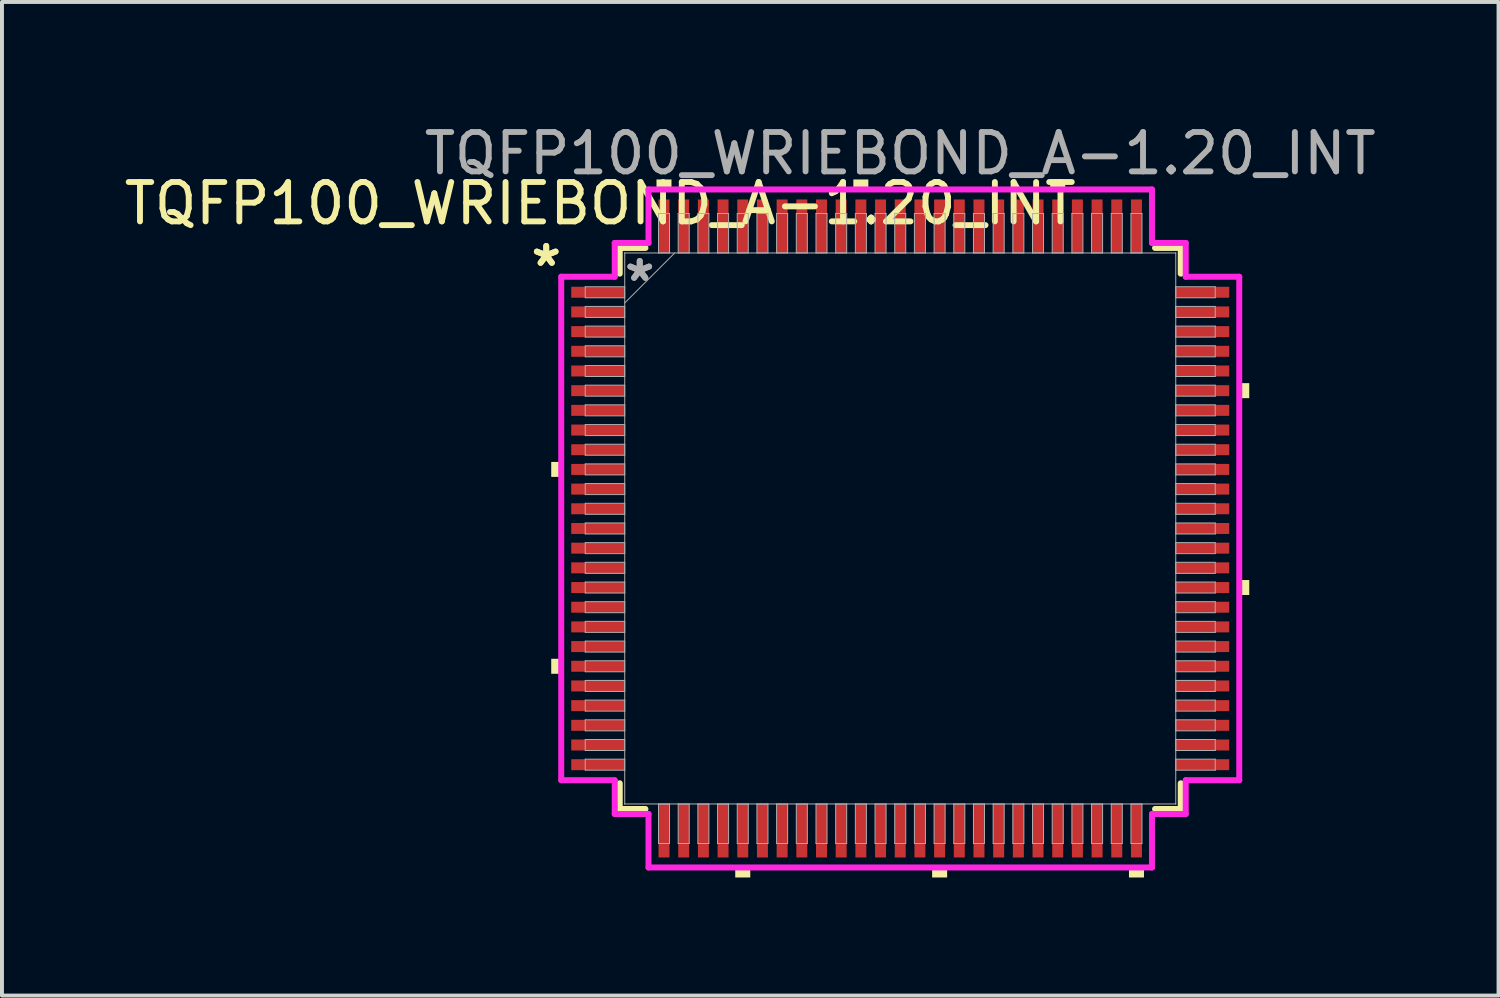
<source format=kicad_pcb>
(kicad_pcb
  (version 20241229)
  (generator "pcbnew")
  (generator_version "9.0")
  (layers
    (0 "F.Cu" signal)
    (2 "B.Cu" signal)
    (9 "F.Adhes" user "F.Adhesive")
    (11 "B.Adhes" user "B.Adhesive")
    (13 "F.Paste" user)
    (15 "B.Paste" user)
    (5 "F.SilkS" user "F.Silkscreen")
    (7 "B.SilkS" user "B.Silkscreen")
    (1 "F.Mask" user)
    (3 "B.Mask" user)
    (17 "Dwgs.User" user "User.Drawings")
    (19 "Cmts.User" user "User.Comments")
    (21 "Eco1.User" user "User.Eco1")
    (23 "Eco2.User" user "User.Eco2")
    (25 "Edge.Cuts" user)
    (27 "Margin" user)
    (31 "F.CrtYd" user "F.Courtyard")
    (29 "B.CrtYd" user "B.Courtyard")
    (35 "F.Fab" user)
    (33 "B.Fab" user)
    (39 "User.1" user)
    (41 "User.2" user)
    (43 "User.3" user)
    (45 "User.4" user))
  (footprint "TQFP100_WRIEBOND_A-1.20_INT"
    (layer "F.Cu")
    (at 19.816 10.373)
    (property "Reference" "TQFP100_WRIEBOND_A-1.20_INT" (at -7.62 -8.255 0) (unlocked yes) (layer "F.SilkS") (effects (font (size 1 1) (thickness 0.15))))
    (attr smd)
    (fp_line (start -7.125 -7.125) (end -7.125 -6.472) (stroke (width 0.152) (type solid)) (layer "F.SilkS"))
    (fp_line (start -7.125 6.472) (end -7.125 7.125) (stroke (width 0.152) (type solid)) (layer "F.SilkS"))
    (fp_line (start -7.125 7.125) (end -6.472 7.125) (stroke (width 0.152) (type solid)) (layer "F.SilkS"))
    (fp_line (start -6.472 -7.125) (end -7.125 -7.125) (stroke (width 0.152) (type solid)) (layer "F.SilkS"))
    (fp_line (start 6.472 7.125) (end 7.125 7.125) (stroke (width 0.152) (type solid)) (layer "F.SilkS"))
    (fp_line (start 7.125 -7.125) (end 6.472 -7.125) (stroke (width 0.152) (type solid)) (layer "F.SilkS"))
    (fp_line (start 7.125 -6.472) (end 7.125 -7.125) (stroke (width 0.152) (type solid)) (layer "F.SilkS"))
    (fp_line (start 7.125 7.125) (end 7.125 6.472) (stroke (width 0.152) (type solid)) (layer "F.SilkS"))
    (fp_poly (pts (xy -8.865 -1.69) (xy -8.865 -1.31) (xy -8.611 -1.31) (xy -8.611 -1.69)) (stroke (width 0) (type solid)) (fill yes) (layer "F.SilkS"))
    (fp_poly (pts (xy -8.865 3.31) (xy -8.865 3.691) (xy -8.611 3.691) (xy -8.611 3.31)) (stroke (width 0) (type solid)) (fill yes) (layer "F.SilkS"))
    (fp_poly (pts (xy -6.191 -8.611) (xy -6.191 -8.865) (xy -5.81 -8.865) (xy -5.81 -8.611)) (stroke (width 0) (type solid)) (fill yes) (layer "F.SilkS"))
    (fp_poly (pts (xy -4.191 8.611) (xy -4.191 8.865) (xy -3.809 8.865) (xy -3.809 8.611)) (stroke (width 0) (type solid)) (fill yes) (layer "F.SilkS"))
    (fp_poly (pts (xy -1.191 -8.611) (xy -1.191 -8.865) (xy -0.81 -8.865) (xy -0.81 -8.611)) (stroke (width 0) (type solid)) (fill yes) (layer "F.SilkS"))
    (fp_poly (pts (xy 0.81 8.611) (xy 0.81 8.865) (xy 1.191 8.865) (xy 1.191 8.611)) (stroke (width 0) (type solid)) (fill yes) (layer "F.SilkS"))
    (fp_poly (pts (xy 3.809 -8.611) (xy 3.809 -8.865) (xy 4.191 -8.865) (xy 4.191 -8.611)) (stroke (width 0) (type solid)) (fill yes) (layer "F.SilkS"))
    (fp_poly (pts (xy 5.81 8.611) (xy 5.81 8.865) (xy 6.191 8.865) (xy 6.191 8.611)) (stroke (width 0) (type solid)) (fill yes) (layer "F.SilkS"))
    (fp_poly (pts (xy 8.865 -3.691) (xy 8.865 -3.31) (xy 8.611 -3.31) (xy 8.611 -3.691)) (stroke (width 0) (type solid)) (fill yes) (layer "F.SilkS"))
    (fp_poly (pts (xy 8.865 1.31) (xy 8.865 1.69) (xy 8.611 1.69) (xy 8.611 1.31)) (stroke (width 0) (type solid)) (fill yes) (layer "F.SilkS"))
    (fp_line (start -8.611 -6.394) (end -7.252 -6.394) (stroke (width 0.152) (type solid)) (layer "F.CrtYd"))
    (fp_line (start -8.611 6.394) (end -8.611 -6.394) (stroke (width 0.152) (type solid)) (layer "F.CrtYd"))
    (fp_line (start -7.252 -7.252) (end -6.394 -7.252) (stroke (width 0.152) (type solid)) (layer "F.CrtYd"))
    (fp_line (start -7.252 -6.394) (end -7.252 -7.252) (stroke (width 0.152) (type solid)) (layer "F.CrtYd"))
    (fp_line (start -7.252 6.394) (end -8.611 6.394) (stroke (width 0.152) (type solid)) (layer "F.CrtYd"))
    (fp_line (start -7.252 7.252) (end -7.252 6.394) (stroke (width 0.152) (type solid)) (layer "F.CrtYd"))
    (fp_line (start -7.252 7.252) (end -6.394 7.252) (stroke (width 0.152) (type solid)) (layer "F.CrtYd"))
    (fp_line (start -6.394 -8.611) (end 6.394 -8.611) (stroke (width 0.152) (type solid)) (layer "F.CrtYd"))
    (fp_line (start -6.394 -7.252) (end -6.394 -8.611) (stroke (width 0.152) (type solid)) (layer "F.CrtYd"))
    (fp_line (start -6.394 7.252) (end -6.394 8.611) (stroke (width 0.152) (type solid)) (layer "F.CrtYd"))
    (fp_line (start -6.394 8.611) (end 6.394 8.611) (stroke (width 0.152) (type solid)) (layer "F.CrtYd"))
    (fp_line (start 6.394 -8.611) (end 6.394 -7.252) (stroke (width 0.152) (type solid)) (layer "F.CrtYd"))
    (fp_line (start 6.394 -7.252) (end 7.252 -7.252) (stroke (width 0.152) (type solid)) (layer "F.CrtYd"))
    (fp_line (start 6.394 7.252) (end 7.252 7.252) (stroke (width 0.152) (type solid)) (layer "F.CrtYd"))
    (fp_line (start 6.394 8.611) (end 6.394 7.252) (stroke (width 0.152) (type solid)) (layer "F.CrtYd"))
    (fp_line (start 7.252 -6.394) (end 7.252 -7.252) (stroke (width 0.152) (type solid)) (layer "F.CrtYd"))
    (fp_line (start 7.252 6.394) (end 8.611 6.394) (stroke (width 0.152) (type solid)) (layer "F.CrtYd"))
    (fp_line (start 7.252 7.252) (end 7.252 6.394) (stroke (width 0.152) (type solid)) (layer "F.CrtYd"))
    (fp_line (start 8.611 -6.394) (end 7.252 -6.394) (stroke (width 0.152) (type solid)) (layer "F.CrtYd"))
    (fp_line (start 8.611 6.394) (end 8.611 -6.394) (stroke (width 0.152) (type solid)) (layer "F.CrtYd"))
    (fp_line (start -8.001 -6.14) (end -8.001 -5.86) (stroke (width 0.025) (type solid)) (layer "F.Fab"))
    (fp_line (start -8.001 -5.86) (end -6.998 -5.86) (stroke (width 0.025) (type solid)) (layer "F.Fab"))
    (fp_line (start -8.001 -5.64) (end -8.001 -5.36) (stroke (width 0.025) (type solid)) (layer "F.Fab"))
    (fp_line (start -8.001 -5.36) (end -6.998 -5.36) (stroke (width 0.025) (type solid)) (layer "F.Fab"))
    (fp_line (start -8.001 -5.14) (end -8.001 -4.86) (stroke (width 0.025) (type solid)) (layer "F.Fab"))
    (fp_line (start -8.001 -4.86) (end -6.998 -4.86) (stroke (width 0.025) (type solid)) (layer "F.Fab"))
    (fp_line (start -8.001 -4.64) (end -8.001 -4.36) (stroke (width 0.025) (type solid)) (layer "F.Fab"))
    (fp_line (start -8.001 -4.36) (end -6.998 -4.36) (stroke (width 0.025) (type solid)) (layer "F.Fab"))
    (fp_line (start -8.001 -4.14) (end -8.001 -3.86) (stroke (width 0.025) (type solid)) (layer "F.Fab"))
    (fp_line (start -8.001 -3.86) (end -6.998 -3.86) (stroke (width 0.025) (type solid)) (layer "F.Fab"))
    (fp_line (start -8.001 -3.64) (end -8.001 -3.36) (stroke (width 0.025) (type solid)) (layer "F.Fab"))
    (fp_line (start -8.001 -3.36) (end -6.998 -3.36) (stroke (width 0.025) (type solid)) (layer "F.Fab"))
    (fp_line (start -8.001 -3.14) (end -8.001 -2.86) (stroke (width 0.025) (type solid)) (layer "F.Fab"))
    (fp_line (start -8.001 -2.86) (end -6.998 -2.86) (stroke (width 0.025) (type solid)) (layer "F.Fab"))
    (fp_line (start -8.001 -2.64) (end -8.001 -2.36) (stroke (width 0.025) (type solid)) (layer "F.Fab"))
    (fp_line (start -8.001 -2.36) (end -6.998 -2.36) (stroke (width 0.025) (type solid)) (layer "F.Fab"))
    (fp_line (start -8.001 -2.14) (end -8.001 -1.86) (stroke (width 0.025) (type solid)) (layer "F.Fab"))
    (fp_line (start -8.001 -1.86) (end -6.998 -1.86) (stroke (width 0.025) (type solid)) (layer "F.Fab"))
    (fp_line (start -8.001 -1.64) (end -8.001 -1.36) (stroke (width 0.025) (type solid)) (layer "F.Fab"))
    (fp_line (start -8.001 -1.36) (end -6.998 -1.36) (stroke (width 0.025) (type solid)) (layer "F.Fab"))
    (fp_line (start -8.001 -1.14) (end -8.001 -0.86) (stroke (width 0.025) (type solid)) (layer "F.Fab"))
    (fp_line (start -8.001 -0.86) (end -6.998 -0.86) (stroke (width 0.025) (type solid)) (layer "F.Fab"))
    (fp_line (start -8.001 -0.64) (end -8.001 -0.36) (stroke (width 0.025) (type solid)) (layer "F.Fab"))
    (fp_line (start -8.001 -0.36) (end -6.998 -0.36) (stroke (width 0.025) (type solid)) (layer "F.Fab"))
    (fp_line (start -8.001 -0.14) (end -8.001 0.14) (stroke (width 0.025) (type solid)) (layer "F.Fab"))
    (fp_line (start -8.001 0.14) (end -6.998 0.14) (stroke (width 0.025) (type solid)) (layer "F.Fab"))
    (fp_line (start -8.001 0.36) (end -8.001 0.64) (stroke (width 0.025) (type solid)) (layer "F.Fab"))
    (fp_line (start -8.001 0.64) (end -6.998 0.64) (stroke (width 0.025) (type solid)) (layer "F.Fab"))
    (fp_line (start -8.001 0.86) (end -8.001 1.14) (stroke (width 0.025) (type solid)) (layer "F.Fab"))
    (fp_line (start -8.001 1.14) (end -6.998 1.14) (stroke (width 0.025) (type solid)) (layer "F.Fab"))
    (fp_line (start -8.001 1.36) (end -8.001 1.64) (stroke (width 0.025) (type solid)) (layer "F.Fab"))
    (fp_line (start -8.001 1.64) (end -6.998 1.64) (stroke (width 0.025) (type solid)) (layer "F.Fab"))
    (fp_line (start -8.001 1.86) (end -8.001 2.14) (stroke (width 0.025) (type solid)) (layer "F.Fab"))
    (fp_line (start -8.001 2.14) (end -6.998 2.14) (stroke (width 0.025) (type solid)) (layer "F.Fab"))
    (fp_line (start -8.001 2.36) (end -8.001 2.64) (stroke (width 0.025) (type solid)) (layer "F.Fab"))
    (fp_line (start -8.001 2.64) (end -6.998 2.64) (stroke (width 0.025) (type solid)) (layer "F.Fab"))
    (fp_line (start -8.001 2.86) (end -8.001 3.14) (stroke (width 0.025) (type solid)) (layer "F.Fab"))
    (fp_line (start -8.001 3.14) (end -6.998 3.14) (stroke (width 0.025) (type solid)) (layer "F.Fab"))
    (fp_line (start -8.001 3.36) (end -8.001 3.64) (stroke (width 0.025) (type solid)) (layer "F.Fab"))
    (fp_line (start -8.001 3.64) (end -6.998 3.64) (stroke (width 0.025) (type solid)) (layer "F.Fab"))
    (fp_line (start -8.001 3.86) (end -8.001 4.14) (stroke (width 0.025) (type solid)) (layer "F.Fab"))
    (fp_line (start -8.001 4.14) (end -6.998 4.14) (stroke (width 0.025) (type solid)) (layer "F.Fab"))
    (fp_line (start -8.001 4.36) (end -8.001 4.64) (stroke (width 0.025) (type solid)) (layer "F.Fab"))
    (fp_line (start -8.001 4.64) (end -6.998 4.64) (stroke (width 0.025) (type solid)) (layer "F.Fab"))
    (fp_line (start -8.001 4.86) (end -8.001 5.14) (stroke (width 0.025) (type solid)) (layer "F.Fab"))
    (fp_line (start -8.001 5.14) (end -6.998 5.14) (stroke (width 0.025) (type solid)) (layer "F.Fab"))
    (fp_line (start -8.001 5.36) (end -8.001 5.64) (stroke (width 0.025) (type solid)) (layer "F.Fab"))
    (fp_line (start -8.001 5.64) (end -6.998 5.64) (stroke (width 0.025) (type solid)) (layer "F.Fab"))
    (fp_line (start -8.001 5.86) (end -8.001 6.14) (stroke (width 0.025) (type solid)) (layer "F.Fab"))
    (fp_line (start -8.001 6.14) (end -6.998 6.14) (stroke (width 0.025) (type solid)) (layer "F.Fab"))
    (fp_line (start -6.998 -6.998) (end -6.998 -6.998) (stroke (width 0.025) (type solid)) (layer "F.Fab"))
    (fp_line (start -6.998 -6.998) (end -6.998 6.998) (stroke (width 0.025) (type solid)) (layer "F.Fab"))
    (fp_line (start -6.998 -6.14) (end -8.001 -6.14) (stroke (width 0.025) (type solid)) (layer "F.Fab"))
    (fp_line (start -6.998 -5.86) (end -6.998 -6.14) (stroke (width 0.025) (type solid)) (layer "F.Fab"))
    (fp_line (start -6.998 -5.728) (end -5.728 -6.998) (stroke (width 0.025) (type solid)) (layer "F.Fab"))
    (fp_line (start -6.998 -5.64) (end -8.001 -5.64) (stroke (width 0.025) (type solid)) (layer "F.Fab"))
    (fp_line (start -6.998 -5.36) (end -6.998 -5.64) (stroke (width 0.025) (type solid)) (layer "F.Fab"))
    (fp_line (start -6.998 -5.14) (end -8.001 -5.14) (stroke (width 0.025) (type solid)) (layer "F.Fab"))
    (fp_line (start -6.998 -4.86) (end -6.998 -5.14) (stroke (width 0.025) (type solid)) (layer "F.Fab"))
    (fp_line (start -6.998 -4.64) (end -8.001 -4.64) (stroke (width 0.025) (type solid)) (layer "F.Fab"))
    (fp_line (start -6.998 -4.36) (end -6.998 -4.64) (stroke (width 0.025) (type solid)) (layer "F.Fab"))
    (fp_line (start -6.998 -4.14) (end -8.001 -4.14) (stroke (width 0.025) (type solid)) (layer "F.Fab"))
    (fp_line (start -6.998 -3.86) (end -6.998 -4.14) (stroke (width 0.025) (type solid)) (layer "F.Fab"))
    (fp_line (start -6.998 -3.64) (end -8.001 -3.64) (stroke (width 0.025) (type solid)) (layer "F.Fab"))
    (fp_line (start -6.998 -3.36) (end -6.998 -3.64) (stroke (width 0.025) (type solid)) (layer "F.Fab"))
    (fp_line (start -6.998 -3.14) (end -8.001 -3.14) (stroke (width 0.025) (type solid)) (layer "F.Fab"))
    (fp_line (start -6.998 -2.86) (end -6.998 -3.14) (stroke (width 0.025) (type solid)) (layer "F.Fab"))
    (fp_line (start -6.998 -2.64) (end -8.001 -2.64) (stroke (width 0.025) (type solid)) (layer "F.Fab"))
    (fp_line (start -6.998 -2.36) (end -6.998 -2.64) (stroke (width 0.025) (type solid)) (layer "F.Fab"))
    (fp_line (start -6.998 -2.14) (end -8.001 -2.14) (stroke (width 0.025) (type solid)) (layer "F.Fab"))
    (fp_line (start -6.998 -1.86) (end -6.998 -2.14) (stroke (width 0.025) (type solid)) (layer "F.Fab"))
    (fp_line (start -6.998 -1.64) (end -8.001 -1.64) (stroke (width 0.025) (type solid)) (layer "F.Fab"))
    (fp_line (start -6.998 -1.36) (end -6.998 -1.64) (stroke (width 0.025) (type solid)) (layer "F.Fab"))
    (fp_line (start -6.998 -1.14) (end -8.001 -1.14) (stroke (width 0.025) (type solid)) (layer "F.Fab"))
    (fp_line (start -6.998 -0.86) (end -6.998 -1.14) (stroke (width 0.025) (type solid)) (layer "F.Fab"))
    (fp_line (start -6.998 -0.64) (end -8.001 -0.64) (stroke (width 0.025) (type solid)) (layer "F.Fab"))
    (fp_line (start -6.998 -0.36) (end -6.998 -0.64) (stroke (width 0.025) (type solid)) (layer "F.Fab"))
    (fp_line (start -6.998 -0.14) (end -8.001 -0.14) (stroke (width 0.025) (type solid)) (layer "F.Fab"))
    (fp_line (start -6.998 0.14) (end -6.998 -0.14) (stroke (width 0.025) (type solid)) (layer "F.Fab"))
    (fp_line (start -6.998 0.36) (end -8.001 0.36) (stroke (width 0.025) (type solid)) (layer "F.Fab"))
    (fp_line (start -6.998 0.64) (end -6.998 0.36) (stroke (width 0.025) (type solid)) (layer "F.Fab"))
    (fp_line (start -6.998 0.86) (end -8.001 0.86) (stroke (width 0.025) (type solid)) (layer "F.Fab"))
    (fp_line (start -6.998 1.14) (end -6.998 0.86) (stroke (width 0.025) (type solid)) (layer "F.Fab"))
    (fp_line (start -6.998 1.36) (end -8.001 1.36) (stroke (width 0.025) (type solid)) (layer "F.Fab"))
    (fp_line (start -6.998 1.64) (end -6.998 1.36) (stroke (width 0.025) (type solid)) (layer "F.Fab"))
    (fp_line (start -6.998 1.86) (end -8.001 1.86) (stroke (width 0.025) (type solid)) (layer "F.Fab"))
    (fp_line (start -6.998 2.14) (end -6.998 1.86) (stroke (width 0.025) (type solid)) (layer "F.Fab"))
    (fp_line (start -6.998 2.36) (end -8.001 2.36) (stroke (width 0.025) (type solid)) (layer "F.Fab"))
    (fp_line (start -6.998 2.64) (end -6.998 2.36) (stroke (width 0.025) (type solid)) (layer "F.Fab"))
    (fp_line (start -6.998 2.86) (end -8.001 2.86) (stroke (width 0.025) (type solid)) (layer "F.Fab"))
    (fp_line (start -6.998 3.14) (end -6.998 2.86) (stroke (width 0.025) (type solid)) (layer "F.Fab"))
    (fp_line (start -6.998 3.36) (end -8.001 3.36) (stroke (width 0.025) (type solid)) (layer "F.Fab"))
    (fp_line (start -6.998 3.64) (end -6.998 3.36) (stroke (width 0.025) (type solid)) (layer "F.Fab"))
    (fp_line (start -6.998 3.86) (end -8.001 3.86) (stroke (width 0.025) (type solid)) (layer "F.Fab"))
    (fp_line (start -6.998 4.14) (end -6.998 3.86) (stroke (width 0.025) (type solid)) (layer "F.Fab"))
    (fp_line (start -6.998 4.36) (end -8.001 4.36) (stroke (width 0.025) (type solid)) (layer "F.Fab"))
    (fp_line (start -6.998 4.64) (end -6.998 4.36) (stroke (width 0.025) (type solid)) (layer "F.Fab"))
    (fp_line (start -6.998 4.86) (end -8.001 4.86) (stroke (width 0.025) (type solid)) (layer "F.Fab"))
    (fp_line (start -6.998 5.14) (end -6.998 4.86) (stroke (width 0.025) (type solid)) (layer "F.Fab"))
    (fp_line (start -6.998 5.36) (end -8.001 5.36) (stroke (width 0.025) (type solid)) (layer "F.Fab"))
    (fp_line (start -6.998 5.64) (end -6.998 5.36) (stroke (width 0.025) (type solid)) (layer "F.Fab"))
    (fp_line (start -6.998 5.86) (end -8.001 5.86) (stroke (width 0.025) (type solid)) (layer "F.Fab"))
    (fp_line (start -6.998 6.14) (end -6.998 5.86) (stroke (width 0.025) (type solid)) (layer "F.Fab"))
    (fp_line (start -6.998 6.998) (end -6.998 6.998) (stroke (width 0.025) (type solid)) (layer "F.Fab"))
    (fp_line (start -6.998 6.998) (end 6.998 6.998) (stroke (width 0.025) (type solid)) (layer "F.Fab"))
    (fp_line (start -6.14 -8.001) (end -6.14 -6.998) (stroke (width 0.025) (type solid)) (layer "F.Fab"))
    (fp_line (start -6.14 -6.998) (end -5.86 -6.998) (stroke (width 0.025) (type solid)) (layer "F.Fab"))
    (fp_line (start -6.14 6.998) (end -6.14 8.001) (stroke (width 0.025) (type solid)) (layer "F.Fab"))
    (fp_line (start -6.14 8.001) (end -5.86 8.001) (stroke (width 0.025) (type solid)) (layer "F.Fab"))
    (fp_line (start -5.86 -8.001) (end -6.14 -8.001) (stroke (width 0.025) (type solid)) (layer "F.Fab"))
    (fp_line (start -5.86 -6.998) (end -5.86 -8.001) (stroke (width 0.025) (type solid)) (layer "F.Fab"))
    (fp_line (start -5.86 6.998) (end -6.14 6.998) (stroke (width 0.025) (type solid)) (layer "F.Fab"))
    (fp_line (start -5.86 8.001) (end -5.86 6.998) (stroke (width 0.025) (type solid)) (layer "F.Fab"))
    (fp_line (start -5.64 -8.001) (end -5.64 -6.998) (stroke (width 0.025) (type solid)) (layer "F.Fab"))
    (fp_line (start -5.64 -6.998) (end -5.36 -6.998) (stroke (width 0.025) (type solid)) (layer "F.Fab"))
    (fp_line (start -5.64 6.998) (end -5.64 8.001) (stroke (width 0.025) (type solid)) (layer "F.Fab"))
    (fp_line (start -5.64 8.001) (end -5.36 8.001) (stroke (width 0.025) (type solid)) (layer "F.Fab"))
    (fp_line (start -5.36 -8.001) (end -5.64 -8.001) (stroke (width 0.025) (type solid)) (layer "F.Fab"))
    (fp_line (start -5.36 -6.998) (end -5.36 -8.001) (stroke (width 0.025) (type solid)) (layer "F.Fab"))
    (fp_line (start -5.36 6.998) (end -5.64 6.998) (stroke (width 0.025) (type solid)) (layer "F.Fab"))
    (fp_line (start -5.36 8.001) (end -5.36 6.998) (stroke (width 0.025) (type solid)) (layer "F.Fab"))
    (fp_line (start -5.14 -8.001) (end -5.14 -6.998) (stroke (width 0.025) (type solid)) (layer "F.Fab"))
    (fp_line (start -5.14 -6.998) (end -4.86 -6.998) (stroke (width 0.025) (type solid)) (layer "F.Fab"))
    (fp_line (start -5.14 6.998) (end -5.14 8.001) (stroke (width 0.025) (type solid)) (layer "F.Fab"))
    (fp_line (start -5.14 8.001) (end -4.86 8.001) (stroke (width 0.025) (type solid)) (layer "F.Fab"))
    (fp_line (start -4.86 -8.001) (end -5.14 -8.001) (stroke (width 0.025) (type solid)) (layer "F.Fab"))
    (fp_line (start -4.86 -6.998) (end -4.86 -8.001) (stroke (width 0.025) (type solid)) (layer "F.Fab"))
    (fp_line (start -4.86 6.998) (end -5.14 6.998) (stroke (width 0.025) (type solid)) (layer "F.Fab"))
    (fp_line (start -4.86 8.001) (end -4.86 6.998) (stroke (width 0.025) (type solid)) (layer "F.Fab"))
    (fp_line (start -4.64 -8.001) (end -4.64 -6.998) (stroke (width 0.025) (type solid)) (layer "F.Fab"))
    (fp_line (start -4.64 -6.998) (end -4.36 -6.998) (stroke (width 0.025) (type solid)) (layer "F.Fab"))
    (fp_line (start -4.64 6.998) (end -4.64 8.001) (stroke (width 0.025) (type solid)) (layer "F.Fab"))
    (fp_line (start -4.64 8.001) (end -4.36 8.001) (stroke (width 0.025) (type solid)) (layer "F.Fab"))
    (fp_line (start -4.36 -8.001) (end -4.64 -8.001) (stroke (width 0.025) (type solid)) (layer "F.Fab"))
    (fp_line (start -4.36 -6.998) (end -4.36 -8.001) (stroke (width 0.025) (type solid)) (layer "F.Fab"))
    (fp_line (start -4.36 6.998) (end -4.64 6.998) (stroke (width 0.025) (type solid)) (layer "F.Fab"))
    (fp_line (start -4.36 8.001) (end -4.36 6.998) (stroke (width 0.025) (type solid)) (layer "F.Fab"))
    (fp_line (start -4.14 -8.001) (end -4.14 -6.998) (stroke (width 0.025) (type solid)) (layer "F.Fab"))
    (fp_line (start -4.14 -6.998) (end -3.86 -6.998) (stroke (width 0.025) (type solid)) (layer "F.Fab"))
    (fp_line (start -4.14 6.998) (end -4.14 8.001) (stroke (width 0.025) (type solid)) (layer "F.Fab"))
    (fp_line (start -4.14 8.001) (end -3.86 8.001) (stroke (width 0.025) (type solid)) (layer "F.Fab"))
    (fp_line (start -3.86 -8.001) (end -4.14 -8.001) (stroke (width 0.025) (type solid)) (layer "F.Fab"))
    (fp_line (start -3.86 -6.998) (end -3.86 -8.001) (stroke (width 0.025) (type solid)) (layer "F.Fab"))
    (fp_line (start -3.86 6.998) (end -4.14 6.998) (stroke (width 0.025) (type solid)) (layer "F.Fab"))
    (fp_line (start -3.86 8.001) (end -3.86 6.998) (stroke (width 0.025) (type solid)) (layer "F.Fab"))
    (fp_line (start -3.64 -8.001) (end -3.64 -6.998) (stroke (width 0.025) (type solid)) (layer "F.Fab"))
    (fp_line (start -3.64 -6.998) (end -3.36 -6.998) (stroke (width 0.025) (type solid)) (layer "F.Fab"))
    (fp_line (start -3.64 6.998) (end -3.64 8.001) (stroke (width 0.025) (type solid)) (layer "F.Fab"))
    (fp_line (start -3.64 8.001) (end -3.36 8.001) (stroke (width 0.025) (type solid)) (layer "F.Fab"))
    (fp_line (start -3.36 -8.001) (end -3.64 -8.001) (stroke (width 0.025) (type solid)) (layer "F.Fab"))
    (fp_line (start -3.36 -6.998) (end -3.36 -8.001) (stroke (width 0.025) (type solid)) (layer "F.Fab"))
    (fp_line (start -3.36 6.998) (end -3.64 6.998) (stroke (width 0.025) (type solid)) (layer "F.Fab"))
    (fp_line (start -3.36 8.001) (end -3.36 6.998) (stroke (width 0.025) (type solid)) (layer "F.Fab"))
    (fp_line (start -3.14 -8.001) (end -3.14 -6.998) (stroke (width 0.025) (type solid)) (layer "F.Fab"))
    (fp_line (start -3.14 -6.998) (end -2.86 -6.998) (stroke (width 0.025) (type solid)) (layer "F.Fab"))
    (fp_line (start -3.14 6.998) (end -3.14 8.001) (stroke (width 0.025) (type solid)) (layer "F.Fab"))
    (fp_line (start -3.14 8.001) (end -2.86 8.001) (stroke (width 0.025) (type solid)) (layer "F.Fab"))
    (fp_line (start -2.86 -8.001) (end -3.14 -8.001) (stroke (width 0.025) (type solid)) (layer "F.Fab"))
    (fp_line (start -2.86 -6.998) (end -2.86 -8.001) (stroke (width 0.025) (type solid)) (layer "F.Fab"))
    (fp_line (start -2.86 6.998) (end -3.14 6.998) (stroke (width 0.025) (type solid)) (layer "F.Fab"))
    (fp_line (start -2.86 8.001) (end -2.86 6.998) (stroke (width 0.025) (type solid)) (layer "F.Fab"))
    (fp_line (start -2.64 -8.001) (end -2.64 -6.998) (stroke (width 0.025) (type solid)) (layer "F.Fab"))
    (fp_line (start -2.64 -6.998) (end -2.36 -6.998) (stroke (width 0.025) (type solid)) (layer "F.Fab"))
    (fp_line (start -2.64 6.998) (end -2.64 8.001) (stroke (width 0.025) (type solid)) (layer "F.Fab"))
    (fp_line (start -2.64 8.001) (end -2.36 8.001) (stroke (width 0.025) (type solid)) (layer "F.Fab"))
    (fp_line (start -2.36 -8.001) (end -2.64 -8.001) (stroke (width 0.025) (type solid)) (layer "F.Fab"))
    (fp_line (start -2.36 -6.998) (end -2.36 -8.001) (stroke (width 0.025) (type solid)) (layer "F.Fab"))
    (fp_line (start -2.36 6.998) (end -2.64 6.998) (stroke (width 0.025) (type solid)) (layer "F.Fab"))
    (fp_line (start -2.36 8.001) (end -2.36 6.998) (stroke (width 0.025) (type solid)) (layer "F.Fab"))
    (fp_line (start -2.14 -8.001) (end -2.14 -6.998) (stroke (width 0.025) (type solid)) (layer "F.Fab"))
    (fp_line (start -2.14 -6.998) (end -1.86 -6.998) (stroke (width 0.025) (type solid)) (layer "F.Fab"))
    (fp_line (start -2.14 6.998) (end -2.14 8.001) (stroke (width 0.025) (type solid)) (layer "F.Fab"))
    (fp_line (start -2.14 8.001) (end -1.86 8.001) (stroke (width 0.025) (type solid)) (layer "F.Fab"))
    (fp_line (start -1.86 -8.001) (end -2.14 -8.001) (stroke (width 0.025) (type solid)) (layer "F.Fab"))
    (fp_line (start -1.86 -6.998) (end -1.86 -8.001) (stroke (width 0.025) (type solid)) (layer "F.Fab"))
    (fp_line (start -1.86 6.998) (end -2.14 6.998) (stroke (width 0.025) (type solid)) (layer "F.Fab"))
    (fp_line (start -1.86 8.001) (end -1.86 6.998) (stroke (width 0.025) (type solid)) (layer "F.Fab"))
    (fp_line (start -1.64 -8.001) (end -1.64 -6.998) (stroke (width 0.025) (type solid)) (layer "F.Fab"))
    (fp_line (start -1.64 -6.998) (end -1.36 -6.998) (stroke (width 0.025) (type solid)) (layer "F.Fab"))
    (fp_line (start -1.64 6.998) (end -1.64 8.001) (stroke (width 0.025) (type solid)) (layer "F.Fab"))
    (fp_line (start -1.64 8.001) (end -1.36 8.001) (stroke (width 0.025) (type solid)) (layer "F.Fab"))
    (fp_line (start -1.36 -8.001) (end -1.64 -8.001) (stroke (width 0.025) (type solid)) (layer "F.Fab"))
    (fp_line (start -1.36 -6.998) (end -1.36 -8.001) (stroke (width 0.025) (type solid)) (layer "F.Fab"))
    (fp_line (start -1.36 6.998) (end -1.64 6.998) (stroke (width 0.025) (type solid)) (layer "F.Fab"))
    (fp_line (start -1.36 8.001) (end -1.36 6.998) (stroke (width 0.025) (type solid)) (layer "F.Fab"))
    (fp_line (start -1.14 -8.001) (end -1.14 -6.998) (stroke (width 0.025) (type solid)) (layer "F.Fab"))
    (fp_line (start -1.14 -6.998) (end -0.86 -6.998) (stroke (width 0.025) (type solid)) (layer "F.Fab"))
    (fp_line (start -1.14 6.998) (end -1.14 8.001) (stroke (width 0.025) (type solid)) (layer "F.Fab"))
    (fp_line (start -1.14 8.001) (end -0.86 8.001) (stroke (width 0.025) (type solid)) (layer "F.Fab"))
    (fp_line (start -0.86 -8.001) (end -1.14 -8.001) (stroke (width 0.025) (type solid)) (layer "F.Fab"))
    (fp_line (start -0.86 -6.998) (end -0.86 -8.001) (stroke (width 0.025) (type solid)) (layer "F.Fab"))
    (fp_line (start -0.86 6.998) (end -1.14 6.998) (stroke (width 0.025) (type solid)) (layer "F.Fab"))
    (fp_line (start -0.86 8.001) (end -0.86 6.998) (stroke (width 0.025) (type solid)) (layer "F.Fab"))
    (fp_line (start -0.64 -8.001) (end -0.64 -6.998) (stroke (width 0.025) (type solid)) (layer "F.Fab"))
    (fp_line (start -0.64 -6.998) (end -0.36 -6.998) (stroke (width 0.025) (type solid)) (layer "F.Fab"))
    (fp_line (start -0.64 6.998) (end -0.64 8.001) (stroke (width 0.025) (type solid)) (layer "F.Fab"))
    (fp_line (start -0.64 8.001) (end -0.36 8.001) (stroke (width 0.025) (type solid)) (layer "F.Fab"))
    (fp_line (start -0.36 -8.001) (end -0.64 -8.001) (stroke (width 0.025) (type solid)) (layer "F.Fab"))
    (fp_line (start -0.36 -6.998) (end -0.36 -8.001) (stroke (width 0.025) (type solid)) (layer "F.Fab"))
    (fp_line (start -0.36 6.998) (end -0.64 6.998) (stroke (width 0.025) (type solid)) (layer "F.Fab"))
    (fp_line (start -0.36 8.001) (end -0.36 6.998) (stroke (width 0.025) (type solid)) (layer "F.Fab"))
    (fp_line (start -0.14 -8.001) (end -0.14 -6.998) (stroke (width 0.025) (type solid)) (layer "F.Fab"))
    (fp_line (start -0.14 -6.998) (end 0.14 -6.998) (stroke (width 0.025) (type solid)) (layer "F.Fab"))
    (fp_line (start -0.14 6.998) (end -0.14 8.001) (stroke (width 0.025) (type solid)) (layer "F.Fab"))
    (fp_line (start -0.14 8.001) (end 0.14 8.001) (stroke (width 0.025) (type solid)) (layer "F.Fab"))
    (fp_line (start 0.14 -8.001) (end -0.14 -8.001) (stroke (width 0.025) (type solid)) (layer "F.Fab"))
    (fp_line (start 0.14 -6.998) (end 0.14 -8.001) (stroke (width 0.025) (type solid)) (layer "F.Fab"))
    (fp_line (start 0.14 6.998) (end -0.14 6.998) (stroke (width 0.025) (type solid)) (layer "F.Fab"))
    (fp_line (start 0.14 8.001) (end 0.14 6.998) (stroke (width 0.025) (type solid)) (layer "F.Fab"))
    (fp_line (start 0.36 -8.001) (end 0.36 -6.998) (stroke (width 0.025) (type solid)) (layer "F.Fab"))
    (fp_line (start 0.36 -6.998) (end 0.64 -6.998) (stroke (width 0.025) (type solid)) (layer "F.Fab"))
    (fp_line (start 0.36 6.998) (end 0.36 8.001) (stroke (width 0.025) (type solid)) (layer "F.Fab"))
    (fp_line (start 0.36 8.001) (end 0.64 8.001) (stroke (width 0.025) (type solid)) (layer "F.Fab"))
    (fp_line (start 0.64 -8.001) (end 0.36 -8.001) (stroke (width 0.025) (type solid)) (layer "F.Fab"))
    (fp_line (start 0.64 -6.998) (end 0.64 -8.001) (stroke (width 0.025) (type solid)) (layer "F.Fab"))
    (fp_line (start 0.64 6.998) (end 0.36 6.998) (stroke (width 0.025) (type solid)) (layer "F.Fab"))
    (fp_line (start 0.64 8.001) (end 0.64 6.998) (stroke (width 0.025) (type solid)) (layer "F.Fab"))
    (fp_line (start 0.86 -8.001) (end 0.86 -6.998) (stroke (width 0.025) (type solid)) (layer "F.Fab"))
    (fp_line (start 0.86 -6.998) (end 1.14 -6.998) (stroke (width 0.025) (type solid)) (layer "F.Fab"))
    (fp_line (start 0.86 6.998) (end 0.86 8.001) (stroke (width 0.025) (type solid)) (layer "F.Fab"))
    (fp_line (start 0.86 8.001) (end 1.14 8.001) (stroke (width 0.025) (type solid)) (layer "F.Fab"))
    (fp_line (start 1.14 -8.001) (end 0.86 -8.001) (stroke (width 0.025) (type solid)) (layer "F.Fab"))
    (fp_line (start 1.14 -6.998) (end 1.14 -8.001) (stroke (width 0.025) (type solid)) (layer "F.Fab"))
    (fp_line (start 1.14 6.998) (end 0.86 6.998) (stroke (width 0.025) (type solid)) (layer "F.Fab"))
    (fp_line (start 1.14 8.001) (end 1.14 6.998) (stroke (width 0.025) (type solid)) (layer "F.Fab"))
    (fp_line (start 1.36 -8.001) (end 1.36 -6.998) (stroke (width 0.025) (type solid)) (layer "F.Fab"))
    (fp_line (start 1.36 -6.998) (end 1.64 -6.998) (stroke (width 0.025) (type solid)) (layer "F.Fab"))
    (fp_line (start 1.36 6.998) (end 1.36 8.001) (stroke (width 0.025) (type solid)) (layer "F.Fab"))
    (fp_line (start 1.36 8.001) (end 1.64 8.001) (stroke (width 0.025) (type solid)) (layer "F.Fab"))
    (fp_line (start 1.64 -8.001) (end 1.36 -8.001) (stroke (width 0.025) (type solid)) (layer "F.Fab"))
    (fp_line (start 1.64 -6.998) (end 1.64 -8.001) (stroke (width 0.025) (type solid)) (layer "F.Fab"))
    (fp_line (start 1.64 6.998) (end 1.36 6.998) (stroke (width 0.025) (type solid)) (layer "F.Fab"))
    (fp_line (start 1.64 8.001) (end 1.64 6.998) (stroke (width 0.025) (type solid)) (layer "F.Fab"))
    (fp_line (start 1.86 -8.001) (end 1.86 -6.998) (stroke (width 0.025) (type solid)) (layer "F.Fab"))
    (fp_line (start 1.86 -6.998) (end 2.14 -6.998) (stroke (width 0.025) (type solid)) (layer "F.Fab"))
    (fp_line (start 1.86 6.998) (end 1.86 8.001) (stroke (width 0.025) (type solid)) (layer "F.Fab"))
    (fp_line (start 1.86 8.001) (end 2.14 8.001) (stroke (width 0.025) (type solid)) (layer "F.Fab"))
    (fp_line (start 2.14 -8.001) (end 1.86 -8.001) (stroke (width 0.025) (type solid)) (layer "F.Fab"))
    (fp_line (start 2.14 -6.998) (end 2.14 -8.001) (stroke (width 0.025) (type solid)) (layer "F.Fab"))
    (fp_line (start 2.14 6.998) (end 1.86 6.998) (stroke (width 0.025) (type solid)) (layer "F.Fab"))
    (fp_line (start 2.14 8.001) (end 2.14 6.998) (stroke (width 0.025) (type solid)) (layer "F.Fab"))
    (fp_line (start 2.36 -8.001) (end 2.36 -6.998) (stroke (width 0.025) (type solid)) (layer "F.Fab"))
    (fp_line (start 2.36 -6.998) (end 2.64 -6.998) (stroke (width 0.025) (type solid)) (layer "F.Fab"))
    (fp_line (start 2.36 6.998) (end 2.36 8.001) (stroke (width 0.025) (type solid)) (layer "F.Fab"))
    (fp_line (start 2.36 8.001) (end 2.64 8.001) (stroke (width 0.025) (type solid)) (layer "F.Fab"))
    (fp_line (start 2.64 -8.001) (end 2.36 -8.001) (stroke (width 0.025) (type solid)) (layer "F.Fab"))
    (fp_line (start 2.64 -6.998) (end 2.64 -8.001) (stroke (width 0.025) (type solid)) (layer "F.Fab"))
    (fp_line (start 2.64 6.998) (end 2.36 6.998) (stroke (width 0.025) (type solid)) (layer "F.Fab"))
    (fp_line (start 2.64 8.001) (end 2.64 6.998) (stroke (width 0.025) (type solid)) (layer "F.Fab"))
    (fp_line (start 2.86 -8.001) (end 2.86 -6.998) (stroke (width 0.025) (type solid)) (layer "F.Fab"))
    (fp_line (start 2.86 -6.998) (end 3.14 -6.998) (stroke (width 0.025) (type solid)) (layer "F.Fab"))
    (fp_line (start 2.86 6.998) (end 2.86 8.001) (stroke (width 0.025) (type solid)) (layer "F.Fab"))
    (fp_line (start 2.86 8.001) (end 3.14 8.001) (stroke (width 0.025) (type solid)) (layer "F.Fab"))
    (fp_line (start 3.14 -8.001) (end 2.86 -8.001) (stroke (width 0.025) (type solid)) (layer "F.Fab"))
    (fp_line (start 3.14 -6.998) (end 3.14 -8.001) (stroke (width 0.025) (type solid)) (layer "F.Fab"))
    (fp_line (start 3.14 6.998) (end 2.86 6.998) (stroke (width 0.025) (type solid)) (layer "F.Fab"))
    (fp_line (start 3.14 8.001) (end 3.14 6.998) (stroke (width 0.025) (type solid)) (layer "F.Fab"))
    (fp_line (start 3.36 -8.001) (end 3.36 -6.998) (stroke (width 0.025) (type solid)) (layer "F.Fab"))
    (fp_line (start 3.36 -6.998) (end 3.64 -6.998) (stroke (width 0.025) (type solid)) (layer "F.Fab"))
    (fp_line (start 3.36 6.998) (end 3.36 8.001) (stroke (width 0.025) (type solid)) (layer "F.Fab"))
    (fp_line (start 3.36 8.001) (end 3.64 8.001) (stroke (width 0.025) (type solid)) (layer "F.Fab"))
    (fp_line (start 3.64 -8.001) (end 3.36 -8.001) (stroke (width 0.025) (type solid)) (layer "F.Fab"))
    (fp_line (start 3.64 -6.998) (end 3.64 -8.001) (stroke (width 0.025) (type solid)) (layer "F.Fab"))
    (fp_line (start 3.64 6.998) (end 3.36 6.998) (stroke (width 0.025) (type solid)) (layer "F.Fab"))
    (fp_line (start 3.64 8.001) (end 3.64 6.998) (stroke (width 0.025) (type solid)) (layer "F.Fab"))
    (fp_line (start 3.86 -8.001) (end 3.86 -6.998) (stroke (width 0.025) (type solid)) (layer "F.Fab"))
    (fp_line (start 3.86 -6.998) (end 4.14 -6.998) (stroke (width 0.025) (type solid)) (layer "F.Fab"))
    (fp_line (start 3.86 6.998) (end 3.86 8.001) (stroke (width 0.025) (type solid)) (layer "F.Fab"))
    (fp_line (start 3.86 8.001) (end 4.14 8.001) (stroke (width 0.025) (type solid)) (layer "F.Fab"))
    (fp_line (start 4.14 -8.001) (end 3.86 -8.001) (stroke (width 0.025) (type solid)) (layer "F.Fab"))
    (fp_line (start 4.14 -6.998) (end 4.14 -8.001) (stroke (width 0.025) (type solid)) (layer "F.Fab"))
    (fp_line (start 4.14 6.998) (end 3.86 6.998) (stroke (width 0.025) (type solid)) (layer "F.Fab"))
    (fp_line (start 4.14 8.001) (end 4.14 6.998) (stroke (width 0.025) (type solid)) (layer "F.Fab"))
    (fp_line (start 4.36 -8.001) (end 4.36 -6.998) (stroke (width 0.025) (type solid)) (layer "F.Fab"))
    (fp_line (start 4.36 -6.998) (end 4.64 -6.998) (stroke (width 0.025) (type solid)) (layer "F.Fab"))
    (fp_line (start 4.36 6.998) (end 4.36 8.001) (stroke (width 0.025) (type solid)) (layer "F.Fab"))
    (fp_line (start 4.36 8.001) (end 4.64 8.001) (stroke (width 0.025) (type solid)) (layer "F.Fab"))
    (fp_line (start 4.64 -8.001) (end 4.36 -8.001) (stroke (width 0.025) (type solid)) (layer "F.Fab"))
    (fp_line (start 4.64 -6.998) (end 4.64 -8.001) (stroke (width 0.025) (type solid)) (layer "F.Fab"))
    (fp_line (start 4.64 6.998) (end 4.36 6.998) (stroke (width 0.025) (type solid)) (layer "F.Fab"))
    (fp_line (start 4.64 8.001) (end 4.64 6.998) (stroke (width 0.025) (type solid)) (layer "F.Fab"))
    (fp_line (start 4.86 -8.001) (end 4.86 -6.998) (stroke (width 0.025) (type solid)) (layer "F.Fab"))
    (fp_line (start 4.86 -6.998) (end 5.14 -6.998) (stroke (width 0.025) (type solid)) (layer "F.Fab"))
    (fp_line (start 4.86 6.998) (end 4.86 8.001) (stroke (width 0.025) (type solid)) (layer "F.Fab"))
    (fp_line (start 4.86 8.001) (end 5.14 8.001) (stroke (width 0.025) (type solid)) (layer "F.Fab"))
    (fp_line (start 5.14 -8.001) (end 4.86 -8.001) (stroke (width 0.025) (type solid)) (layer "F.Fab"))
    (fp_line (start 5.14 -6.998) (end 5.14 -8.001) (stroke (width 0.025) (type solid)) (layer "F.Fab"))
    (fp_line (start 5.14 6.998) (end 4.86 6.998) (stroke (width 0.025) (type solid)) (layer "F.Fab"))
    (fp_line (start 5.14 8.001) (end 5.14 6.998) (stroke (width 0.025) (type solid)) (layer "F.Fab"))
    (fp_line (start 5.36 -8.001) (end 5.36 -6.998) (stroke (width 0.025) (type solid)) (layer "F.Fab"))
    (fp_line (start 5.36 -6.998) (end 5.64 -6.998) (stroke (width 0.025) (type solid)) (layer "F.Fab"))
    (fp_line (start 5.36 6.998) (end 5.36 8.001) (stroke (width 0.025) (type solid)) (layer "F.Fab"))
    (fp_line (start 5.36 8.001) (end 5.64 8.001) (stroke (width 0.025) (type solid)) (layer "F.Fab"))
    (fp_line (start 5.64 -8.001) (end 5.36 -8.001) (stroke (width 0.025) (type solid)) (layer "F.Fab"))
    (fp_line (start 5.64 -6.998) (end 5.64 -8.001) (stroke (width 0.025) (type solid)) (layer "F.Fab"))
    (fp_line (start 5.64 6.998) (end 5.36 6.998) (stroke (width 0.025) (type solid)) (layer "F.Fab"))
    (fp_line (start 5.64 8.001) (end 5.64 6.998) (stroke (width 0.025) (type solid)) (layer "F.Fab"))
    (fp_line (start 5.86 -8.001) (end 5.86 -6.998) (stroke (width 0.025) (type solid)) (layer "F.Fab"))
    (fp_line (start 5.86 -6.998) (end 6.14 -6.998) (stroke (width 0.025) (type solid)) (layer "F.Fab"))
    (fp_line (start 5.86 6.998) (end 5.86 8.001) (stroke (width 0.025) (type solid)) (layer "F.Fab"))
    (fp_line (start 5.86 8.001) (end 6.14 8.001) (stroke (width 0.025) (type solid)) (layer "F.Fab"))
    (fp_line (start 6.14 -8.001) (end 5.86 -8.001) (stroke (width 0.025) (type solid)) (layer "F.Fab"))
    (fp_line (start 6.14 -6.998) (end 6.14 -8.001) (stroke (width 0.025) (type solid)) (layer "F.Fab"))
    (fp_line (start 6.14 6.998) (end 5.86 6.998) (stroke (width 0.025) (type solid)) (layer "F.Fab"))
    (fp_line (start 6.14 8.001) (end 6.14 6.998) (stroke (width 0.025) (type solid)) (layer "F.Fab"))
    (fp_line (start 6.998 -6.998) (end -6.998 -6.998) (stroke (width 0.025) (type solid)) (layer "F.Fab"))
    (fp_line (start 6.998 -6.998) (end 6.998 -6.998) (stroke (width 0.025) (type solid)) (layer "F.Fab"))
    (fp_line (start 6.998 -6.14) (end 6.998 -5.86) (stroke (width 0.025) (type solid)) (layer "F.Fab"))
    (fp_line (start 6.998 -5.86) (end 8.001 -5.86) (stroke (width 0.025) (type solid)) (layer "F.Fab"))
    (fp_line (start 6.998 -5.64) (end 6.998 -5.36) (stroke (width 0.025) (type solid)) (layer "F.Fab"))
    (fp_line (start 6.998 -5.36) (end 8.001 -5.36) (stroke (width 0.025) (type solid)) (layer "F.Fab"))
    (fp_line (start 6.998 -5.14) (end 6.998 -4.86) (stroke (width 0.025) (type solid)) (layer "F.Fab"))
    (fp_line (start 6.998 -4.86) (end 8.001 -4.86) (stroke (width 0.025) (type solid)) (layer "F.Fab"))
    (fp_line (start 6.998 -4.64) (end 6.998 -4.36) (stroke (width 0.025) (type solid)) (layer "F.Fab"))
    (fp_line (start 6.998 -4.36) (end 8.001 -4.36) (stroke (width 0.025) (type solid)) (layer "F.Fab"))
    (fp_line (start 6.998 -4.14) (end 6.998 -3.86) (stroke (width 0.025) (type solid)) (layer "F.Fab"))
    (fp_line (start 6.998 -3.86) (end 8.001 -3.86) (stroke (width 0.025) (type solid)) (layer "F.Fab"))
    (fp_line (start 6.998 -3.64) (end 6.998 -3.36) (stroke (width 0.025) (type solid)) (layer "F.Fab"))
    (fp_line (start 6.998 -3.36) (end 8.001 -3.36) (stroke (width 0.025) (type solid)) (layer "F.Fab"))
    (fp_line (start 6.998 -3.14) (end 6.998 -2.86) (stroke (width 0.025) (type solid)) (layer "F.Fab"))
    (fp_line (start 6.998 -2.86) (end 8.001 -2.86) (stroke (width 0.025) (type solid)) (layer "F.Fab"))
    (fp_line (start 6.998 -2.64) (end 6.998 -2.36) (stroke (width 0.025) (type solid)) (layer "F.Fab"))
    (fp_line (start 6.998 -2.36) (end 8.001 -2.36) (stroke (width 0.025) (type solid)) (layer "F.Fab"))
    (fp_line (start 6.998 -2.14) (end 6.998 -1.86) (stroke (width 0.025) (type solid)) (layer "F.Fab"))
    (fp_line (start 6.998 -1.86) (end 8.001 -1.86) (stroke (width 0.025) (type solid)) (layer "F.Fab"))
    (fp_line (start 6.998 -1.64) (end 6.998 -1.36) (stroke (width 0.025) (type solid)) (layer "F.Fab"))
    (fp_line (start 6.998 -1.36) (end 8.001 -1.36) (stroke (width 0.025) (type solid)) (layer "F.Fab"))
    (fp_line (start 6.998 -1.14) (end 6.998 -0.86) (stroke (width 0.025) (type solid)) (layer "F.Fab"))
    (fp_line (start 6.998 -0.86) (end 8.001 -0.86) (stroke (width 0.025) (type solid)) (layer "F.Fab"))
    (fp_line (start 6.998 -0.64) (end 6.998 -0.36) (stroke (width 0.025) (type solid)) (layer "F.Fab"))
    (fp_line (start 6.998 -0.36) (end 8.001 -0.36) (stroke (width 0.025) (type solid)) (layer "F.Fab"))
    (fp_line (start 6.998 -0.14) (end 6.998 0.14) (stroke (width 0.025) (type solid)) (layer "F.Fab"))
    (fp_line (start 6.998 0.14) (end 8.001 0.14) (stroke (width 0.025) (type solid)) (layer "F.Fab"))
    (fp_line (start 6.998 0.36) (end 6.998 0.64) (stroke (width 0.025) (type solid)) (layer "F.Fab"))
    (fp_line (start 6.998 0.64) (end 8.001 0.64) (stroke (width 0.025) (type solid)) (layer "F.Fab"))
    (fp_line (start 6.998 0.86) (end 6.998 1.14) (stroke (width 0.025) (type solid)) (layer "F.Fab"))
    (fp_line (start 6.998 1.14) (end 8.001 1.14) (stroke (width 0.025) (type solid)) (layer "F.Fab"))
    (fp_line (start 6.998 1.36) (end 6.998 1.64) (stroke (width 0.025) (type solid)) (layer "F.Fab"))
    (fp_line (start 6.998 1.64) (end 8.001 1.64) (stroke (width 0.025) (type solid)) (layer "F.Fab"))
    (fp_line (start 6.998 1.86) (end 6.998 2.14) (stroke (width 0.025) (type solid)) (layer "F.Fab"))
    (fp_line (start 6.998 2.14) (end 8.001 2.14) (stroke (width 0.025) (type solid)) (layer "F.Fab"))
    (fp_line (start 6.998 2.36) (end 6.998 2.64) (stroke (width 0.025) (type solid)) (layer "F.Fab"))
    (fp_line (start 6.998 2.64) (end 8.001 2.64) (stroke (width 0.025) (type solid)) (layer "F.Fab"))
    (fp_line (start 6.998 2.86) (end 6.998 3.14) (stroke (width 0.025) (type solid)) (layer "F.Fab"))
    (fp_line (start 6.998 3.14) (end 8.001 3.14) (stroke (width 0.025) (type solid)) (layer "F.Fab"))
    (fp_line (start 6.998 3.36) (end 6.998 3.64) (stroke (width 0.025) (type solid)) (layer "F.Fab"))
    (fp_line (start 6.998 3.64) (end 8.001 3.64) (stroke (width 0.025) (type solid)) (layer "F.Fab"))
    (fp_line (start 6.998 3.86) (end 6.998 4.14) (stroke (width 0.025) (type solid)) (layer "F.Fab"))
    (fp_line (start 6.998 4.14) (end 8.001 4.14) (stroke (width 0.025) (type solid)) (layer "F.Fab"))
    (fp_line (start 6.998 4.36) (end 6.998 4.64) (stroke (width 0.025) (type solid)) (layer "F.Fab"))
    (fp_line (start 6.998 4.64) (end 8.001 4.64) (stroke (width 0.025) (type solid)) (layer "F.Fab"))
    (fp_line (start 6.998 4.86) (end 6.998 5.14) (stroke (width 0.025) (type solid)) (layer "F.Fab"))
    (fp_line (start 6.998 5.14) (end 8.001 5.14) (stroke (width 0.025) (type solid)) (layer "F.Fab"))
    (fp_line (start 6.998 5.36) (end 6.998 5.64) (stroke (width 0.025) (type solid)) (layer "F.Fab"))
    (fp_line (start 6.998 5.64) (end 8.001 5.64) (stroke (width 0.025) (type solid)) (layer "F.Fab"))
    (fp_line (start 6.998 5.86) (end 6.998 6.14) (stroke (width 0.025) (type solid)) (layer "F.Fab"))
    (fp_line (start 6.998 6.14) (end 8.001 6.14) (stroke (width 0.025) (type solid)) (layer "F.Fab"))
    (fp_line (start 6.998 6.998) (end 6.998 -6.998) (stroke (width 0.025) (type solid)) (layer "F.Fab"))
    (fp_line (start 6.998 6.998) (end 6.998 6.998) (stroke (width 0.025) (type solid)) (layer "F.Fab"))
    (fp_line (start 8.001 -6.14) (end 6.998 -6.14) (stroke (width 0.025) (type solid)) (layer "F.Fab"))
    (fp_line (start 8.001 -5.86) (end 8.001 -6.14) (stroke (width 0.025) (type solid)) (layer "F.Fab"))
    (fp_line (start 8.001 -5.64) (end 6.998 -5.64) (stroke (width 0.025) (type solid)) (layer "F.Fab"))
    (fp_line (start 8.001 -5.36) (end 8.001 -5.64) (stroke (width 0.025) (type solid)) (layer "F.Fab"))
    (fp_line (start 8.001 -5.14) (end 6.998 -5.14) (stroke (width 0.025) (type solid)) (layer "F.Fab"))
    (fp_line (start 8.001 -4.86) (end 8.001 -5.14) (stroke (width 0.025) (type solid)) (layer "F.Fab"))
    (fp_line (start 8.001 -4.64) (end 6.998 -4.64) (stroke (width 0.025) (type solid)) (layer "F.Fab"))
    (fp_line (start 8.001 -4.36) (end 8.001 -4.64) (stroke (width 0.025) (type solid)) (layer "F.Fab"))
    (fp_line (start 8.001 -4.14) (end 6.998 -4.14) (stroke (width 0.025) (type solid)) (layer "F.Fab"))
    (fp_line (start 8.001 -3.86) (end 8.001 -4.14) (stroke (width 0.025) (type solid)) (layer "F.Fab"))
    (fp_line (start 8.001 -3.64) (end 6.998 -3.64) (stroke (width 0.025) (type solid)) (layer "F.Fab"))
    (fp_line (start 8.001 -3.36) (end 8.001 -3.64) (stroke (width 0.025) (type solid)) (layer "F.Fab"))
    (fp_line (start 8.001 -3.14) (end 6.998 -3.14) (stroke (width 0.025) (type solid)) (layer "F.Fab"))
    (fp_line (start 8.001 -2.86) (end 8.001 -3.14) (stroke (width 0.025) (type solid)) (layer "F.Fab"))
    (fp_line (start 8.001 -2.64) (end 6.998 -2.64) (stroke (width 0.025) (type solid)) (layer "F.Fab"))
    (fp_line (start 8.001 -2.36) (end 8.001 -2.64) (stroke (width 0.025) (type solid)) (layer "F.Fab"))
    (fp_line (start 8.001 -2.14) (end 6.998 -2.14) (stroke (width 0.025) (type solid)) (layer "F.Fab"))
    (fp_line (start 8.001 -1.86) (end 8.001 -2.14) (stroke (width 0.025) (type solid)) (layer "F.Fab"))
    (fp_line (start 8.001 -1.64) (end 6.998 -1.64) (stroke (width 0.025) (type solid)) (layer "F.Fab"))
    (fp_line (start 8.001 -1.36) (end 8.001 -1.64) (stroke (width 0.025) (type solid)) (layer "F.Fab"))
    (fp_line (start 8.001 -1.14) (end 6.998 -1.14) (stroke (width 0.025) (type solid)) (layer "F.Fab"))
    (fp_line (start 8.001 -0.86) (end 8.001 -1.14) (stroke (width 0.025) (type solid)) (layer "F.Fab"))
    (fp_line (start 8.001 -0.64) (end 6.998 -0.64) (stroke (width 0.025) (type solid)) (layer "F.Fab"))
    (fp_line (start 8.001 -0.36) (end 8.001 -0.64) (stroke (width 0.025) (type solid)) (layer "F.Fab"))
    (fp_line (start 8.001 -0.14) (end 6.998 -0.14) (stroke (width 0.025) (type solid)) (layer "F.Fab"))
    (fp_line (start 8.001 0.14) (end 8.001 -0.14) (stroke (width 0.025) (type solid)) (layer "F.Fab"))
    (fp_line (start 8.001 0.36) (end 6.998 0.36) (stroke (width 0.025) (type solid)) (layer "F.Fab"))
    (fp_line (start 8.001 0.64) (end 8.001 0.36) (stroke (width 0.025) (type solid)) (layer "F.Fab"))
    (fp_line (start 8.001 0.86) (end 6.998 0.86) (stroke (width 0.025) (type solid)) (layer "F.Fab"))
    (fp_line (start 8.001 1.14) (end 8.001 0.86) (stroke (width 0.025) (type solid)) (layer "F.Fab"))
    (fp_line (start 8.001 1.36) (end 6.998 1.36) (stroke (width 0.025) (type solid)) (layer "F.Fab"))
    (fp_line (start 8.001 1.64) (end 8.001 1.36) (stroke (width 0.025) (type solid)) (layer "F.Fab"))
    (fp_line (start 8.001 1.86) (end 6.998 1.86) (stroke (width 0.025) (type solid)) (layer "F.Fab"))
    (fp_line (start 8.001 2.14) (end 8.001 1.86) (stroke (width 0.025) (type solid)) (layer "F.Fab"))
    (fp_line (start 8.001 2.36) (end 6.998 2.36) (stroke (width 0.025) (type solid)) (layer "F.Fab"))
    (fp_line (start 8.001 2.64) (end 8.001 2.36) (stroke (width 0.025) (type solid)) (layer "F.Fab"))
    (fp_line (start 8.001 2.86) (end 6.998 2.86) (stroke (width 0.025) (type solid)) (layer "F.Fab"))
    (fp_line (start 8.001 3.14) (end 8.001 2.86) (stroke (width 0.025) (type solid)) (layer "F.Fab"))
    (fp_line (start 8.001 3.36) (end 6.998 3.36) (stroke (width 0.025) (type solid)) (layer "F.Fab"))
    (fp_line (start 8.001 3.64) (end 8.001 3.36) (stroke (width 0.025) (type solid)) (layer "F.Fab"))
    (fp_line (start 8.001 3.86) (end 6.998 3.86) (stroke (width 0.025) (type solid)) (layer "F.Fab"))
    (fp_line (start 8.001 4.14) (end 8.001 3.86) (stroke (width 0.025) (type solid)) (layer "F.Fab"))
    (fp_line (start 8.001 4.36) (end 6.998 4.36) (stroke (width 0.025) (type solid)) (layer "F.Fab"))
    (fp_line (start 8.001 4.64) (end 8.001 4.36) (stroke (width 0.025) (type solid)) (layer "F.Fab"))
    (fp_line (start 8.001 4.86) (end 6.998 4.86) (stroke (width 0.025) (type solid)) (layer "F.Fab"))
    (fp_line (start 8.001 5.14) (end 8.001 4.86) (stroke (width 0.025) (type solid)) (layer "F.Fab"))
    (fp_line (start 8.001 5.36) (end 6.998 5.36) (stroke (width 0.025) (type solid)) (layer "F.Fab"))
    (fp_line (start 8.001 5.64) (end 8.001 5.36) (stroke (width 0.025) (type solid)) (layer "F.Fab"))
    (fp_line (start 8.001 5.86) (end 6.998 5.86) (stroke (width 0.025) (type solid)) (layer "F.Fab"))
    (fp_line (start 8.001 6.14) (end 8.001 5.86) (stroke (width 0.025) (type solid)) (layer "F.Fab"))
    (fp_text user "*" (at -8.992 -6.631 0) (layer "F.SilkS") (effects (font (size 1 1) (thickness 0.15))))
    (fp_text user "*" (at -8.992 -6.631 0) (unlocked yes) (layer "F.SilkS") (effects (font (size 1 1) (thickness 0.15))))
    (fp_text user "*" (at -6.617 -6.25 0) (layer "F.Fab") (effects (font (size 1 1) (thickness 0.15))))
    (fp_text user "${REFERENCE}" (at 0 -9.525 0) (unlocked yes) (layer "F.Fab") (effects (font (size 1 1) (thickness 0.15))))
    (fp_text user "*" (at -6.617 -6.25 0) (unlocked yes) (layer "F.Fab") (effects (font (size 1 1) (thickness 0.15))))
    (pad "1" smd rect (at -7.677 -6 90) (size 0.279 1.359) (layers "F.Cu" "F.Mask" "F.Paste"))
    (pad "2" smd rect (at -7.677 -5.5 90) (size 0.279 1.359) (layers "F.Cu" "F.Mask" "F.Paste"))
    (pad "3" smd rect (at -7.677 -5 90) (size 0.279 1.359) (layers "F.Cu" "F.Mask" "F.Paste"))
    (pad "4" smd rect (at -7.677 -4.5 90) (size 0.279 1.359) (layers "F.Cu" "F.Mask" "F.Paste"))
    (pad "5" smd rect (at -7.677 -4 90) (size 0.279 1.359) (layers "F.Cu" "F.Mask" "F.Paste"))
    (pad "6" smd rect (at -7.677 -3.5 90) (size 0.279 1.359) (layers "F.Cu" "F.Mask" "F.Paste"))
    (pad "7" smd rect (at -7.677 -3 90) (size 0.279 1.359) (layers "F.Cu" "F.Mask" "F.Paste"))
    (pad "8" smd rect (at -7.677 -2.5 90) (size 0.279 1.359) (layers "F.Cu" "F.Mask" "F.Paste"))
    (pad "9" smd rect (at -7.677 -2 90) (size 0.279 1.359) (layers "F.Cu" "F.Mask" "F.Paste"))
    (pad "10" smd rect (at -7.677 -1.5 90) (size 0.279 1.359) (layers "F.Cu" "F.Mask" "F.Paste"))
    (pad "11" smd rect (at -7.677 -1 90) (size 0.279 1.359) (layers "F.Cu" "F.Mask" "F.Paste"))
    (pad "12" smd rect (at -7.677 -0.5 90) (size 0.279 1.359) (layers "F.Cu" "F.Mask" "F.Paste"))
    (pad "13" smd rect (at -7.677 0 90) (size 0.279 1.359) (layers "F.Cu" "F.Mask" "F.Paste"))
    (pad "14" smd rect (at -7.677 0.5 90) (size 0.279 1.359) (layers "F.Cu" "F.Mask" "F.Paste"))
    (pad "15" smd rect (at -7.677 1 90) (size 0.279 1.359) (layers "F.Cu" "F.Mask" "F.Paste"))
    (pad "16" smd rect (at -7.677 1.5 90) (size 0.279 1.359) (layers "F.Cu" "F.Mask" "F.Paste"))
    (pad "17" smd rect (at -7.677 2 90) (size 0.279 1.359) (layers "F.Cu" "F.Mask" "F.Paste"))
    (pad "18" smd rect (at -7.677 2.5 90) (size 0.279 1.359) (layers "F.Cu" "F.Mask" "F.Paste"))
    (pad "19" smd rect (at -7.677 3 90) (size 0.279 1.359) (layers "F.Cu" "F.Mask" "F.Paste"))
    (pad "20" smd rect (at -7.677 3.5 90) (size 0.279 1.359) (layers "F.Cu" "F.Mask" "F.Paste"))
    (pad "21" smd rect (at -7.677 4 90) (size 0.279 1.359) (layers "F.Cu" "F.Mask" "F.Paste"))
    (pad "22" smd rect (at -7.677 4.5 90) (size 0.279 1.359) (layers "F.Cu" "F.Mask" "F.Paste"))
    (pad "23" smd rect (at -7.677 5 90) (size 0.279 1.359) (layers "F.Cu" "F.Mask" "F.Paste"))
    (pad "24" smd rect (at -7.677 5.5 90) (size 0.279 1.359) (layers "F.Cu" "F.Mask" "F.Paste"))
    (pad "25" smd rect (at -7.677 6 90) (size 0.279 1.359) (layers "F.Cu" "F.Mask" "F.Paste"))
    (pad "26" smd rect (at -6 7.677) (size 0.279 1.359) (layers "F.Cu" "F.Mask" "F.Paste"))
    (pad "27" smd rect (at -5.5 7.677) (size 0.279 1.359) (layers "F.Cu" "F.Mask" "F.Paste"))
    (pad "28" smd rect (at -5 7.677) (size 0.279 1.359) (layers "F.Cu" "F.Mask" "F.Paste"))
    (pad "29" smd rect (at -4.5 7.677) (size 0.279 1.359) (layers "F.Cu" "F.Mask" "F.Paste"))
    (pad "30" smd rect (at -4 7.677) (size 0.279 1.359) (layers "F.Cu" "F.Mask" "F.Paste"))
    (pad "31" smd rect (at -3.5 7.677) (size 0.279 1.359) (layers "F.Cu" "F.Mask" "F.Paste"))
    (pad "32" smd rect (at -3 7.677) (size 0.279 1.359) (layers "F.Cu" "F.Mask" "F.Paste"))
    (pad "33" smd rect (at -2.5 7.677) (size 0.279 1.359) (layers "F.Cu" "F.Mask" "F.Paste"))
    (pad "34" smd rect (at -2 7.677) (size 0.279 1.359) (layers "F.Cu" "F.Mask" "F.Paste"))
    (pad "35" smd rect (at -1.5 7.677) (size 0.279 1.359) (layers "F.Cu" "F.Mask" "F.Paste"))
    (pad "36" smd rect (at -1 7.677) (size 0.279 1.359) (layers "F.Cu" "F.Mask" "F.Paste"))
    (pad "37" smd rect (at -0.5 7.677) (size 0.279 1.359) (layers "F.Cu" "F.Mask" "F.Paste"))
    (pad "38" smd rect (at 0 7.677) (size 0.279 1.359) (layers "F.Cu" "F.Mask" "F.Paste"))
    (pad "39" smd rect (at 0.5 7.677) (size 0.279 1.359) (layers "F.Cu" "F.Mask" "F.Paste"))
    (pad "40" smd rect (at 1 7.677) (size 0.279 1.359) (layers "F.Cu" "F.Mask" "F.Paste"))
    (pad "41" smd rect (at 1.5 7.677) (size 0.279 1.359) (layers "F.Cu" "F.Mask" "F.Paste"))
    (pad "42" smd rect (at 2 7.677) (size 0.279 1.359) (layers "F.Cu" "F.Mask" "F.Paste"))
    (pad "43" smd rect (at 2.5 7.677) (size 0.279 1.359) (layers "F.Cu" "F.Mask" "F.Paste"))
    (pad "44" smd rect (at 3 7.677) (size 0.279 1.359) (layers "F.Cu" "F.Mask" "F.Paste"))
    (pad "45" smd rect (at 3.5 7.677) (size 0.279 1.359) (layers "F.Cu" "F.Mask" "F.Paste"))
    (pad "46" smd rect (at 4 7.677) (size 0.279 1.359) (layers "F.Cu" "F.Mask" "F.Paste"))
    (pad "47" smd rect (at 4.5 7.677) (size 0.279 1.359) (layers "F.Cu" "F.Mask" "F.Paste"))
    (pad "48" smd rect (at 5 7.677) (size 0.279 1.359) (layers "F.Cu" "F.Mask" "F.Paste"))
    (pad "49" smd rect (at 5.5 7.677) (size 0.279 1.359) (layers "F.Cu" "F.Mask" "F.Paste"))
    (pad "50" smd rect (at 6 7.677) (size 0.279 1.359) (layers "F.Cu" "F.Mask" "F.Paste"))
    (pad "51" smd rect (at 7.677 6 90) (size 0.279 1.359) (layers "F.Cu" "F.Mask" "F.Paste"))
    (pad "52" smd rect (at 7.677 5.5 90) (size 0.279 1.359) (layers "F.Cu" "F.Mask" "F.Paste"))
    (pad "53" smd rect (at 7.677 5 90) (size 0.279 1.359) (layers "F.Cu" "F.Mask" "F.Paste"))
    (pad "54" smd rect (at 7.677 4.5 90) (size 0.279 1.359) (layers "F.Cu" "F.Mask" "F.Paste"))
    (pad "55" smd rect (at 7.677 4 90) (size 0.279 1.359) (layers "F.Cu" "F.Mask" "F.Paste"))
    (pad "56" smd rect (at 7.677 3.5 90) (size 0.279 1.359) (layers "F.Cu" "F.Mask" "F.Paste"))
    (pad "57" smd rect (at 7.677 3 90) (size 0.279 1.359) (layers "F.Cu" "F.Mask" "F.Paste"))
    (pad "58" smd rect (at 7.677 2.5 90) (size 0.279 1.359) (layers "F.Cu" "F.Mask" "F.Paste"))
    (pad "59" smd rect (at 7.677 2 90) (size 0.279 1.359) (layers "F.Cu" "F.Mask" "F.Paste"))
    (pad "60" smd rect (at 7.677 1.5 90) (size 0.279 1.359) (layers "F.Cu" "F.Mask" "F.Paste"))
    (pad "61" smd rect (at 7.677 1 90) (size 0.279 1.359) (layers "F.Cu" "F.Mask" "F.Paste"))
    (pad "62" smd rect (at 7.677 0.5 90) (size 0.279 1.359) (layers "F.Cu" "F.Mask" "F.Paste"))
    (pad "63" smd rect (at 7.677 0 90) (size 0.279 1.359) (layers "F.Cu" "F.Mask" "F.Paste"))
    (pad "64" smd rect (at 7.677 -0.5 90) (size 0.279 1.359) (layers "F.Cu" "F.Mask" "F.Paste"))
    (pad "65" smd rect (at 7.677 -1 90) (size 0.279 1.359) (layers "F.Cu" "F.Mask" "F.Paste"))
    (pad "66" smd rect (at 7.677 -1.5 90) (size 0.279 1.359) (layers "F.Cu" "F.Mask" "F.Paste"))
    (pad "67" smd rect (at 7.677 -2 90) (size 0.279 1.359) (layers "F.Cu" "F.Mask" "F.Paste"))
    (pad "68" smd rect (at 7.677 -2.5 90) (size 0.279 1.359) (layers "F.Cu" "F.Mask" "F.Paste"))
    (pad "69" smd rect (at 7.677 -3 90) (size 0.279 1.359) (layers "F.Cu" "F.Mask" "F.Paste"))
    (pad "70" smd rect (at 7.677 -3.5 90) (size 0.279 1.359) (layers "F.Cu" "F.Mask" "F.Paste"))
    (pad "71" smd rect (at 7.677 -4 90) (size 0.279 1.359) (layers "F.Cu" "F.Mask" "F.Paste"))
    (pad "72" smd rect (at 7.677 -4.5 90) (size 0.279 1.359) (layers "F.Cu" "F.Mask" "F.Paste"))
    (pad "73" smd rect (at 7.677 -5 90) (size 0.279 1.359) (layers "F.Cu" "F.Mask" "F.Paste"))
    (pad "74" smd rect (at 7.677 -5.5 90) (size 0.279 1.359) (layers "F.Cu" "F.Mask" "F.Paste"))
    (pad "75" smd rect (at 7.677 -6 90) (size 0.279 1.359) (layers "F.Cu" "F.Mask" "F.Paste"))
    (pad "76" smd rect (at 6 -7.677) (size 0.279 1.359) (layers "F.Cu" "F.Mask" "F.Paste"))
    (pad "77" smd rect (at 5.5 -7.677) (size 0.279 1.359) (layers "F.Cu" "F.Mask" "F.Paste"))
    (pad "78" smd rect (at 5 -7.677) (size 0.279 1.359) (layers "F.Cu" "F.Mask" "F.Paste"))
    (pad "79" smd rect (at 4.5 -7.677) (size 0.279 1.359) (layers "F.Cu" "F.Mask" "F.Paste"))
    (pad "80" smd rect (at 4 -7.677) (size 0.279 1.359) (layers "F.Cu" "F.Mask" "F.Paste"))
    (pad "81" smd rect (at 3.5 -7.677) (size 0.279 1.359) (layers "F.Cu" "F.Mask" "F.Paste"))
    (pad "82" smd rect (at 3 -7.677) (size 0.279 1.359) (layers "F.Cu" "F.Mask" "F.Paste"))
    (pad "83" smd rect (at 2.5 -7.677) (size 0.279 1.359) (layers "F.Cu" "F.Mask" "F.Paste"))
    (pad "84" smd rect (at 2 -7.677) (size 0.279 1.359) (layers "F.Cu" "F.Mask" "F.Paste"))
    (pad "85" smd rect (at 1.5 -7.677) (size 0.279 1.359) (layers "F.Cu" "F.Mask" "F.Paste"))
    (pad "86" smd rect (at 1 -7.677) (size 0.279 1.359) (layers "F.Cu" "F.Mask" "F.Paste"))
    (pad "87" smd rect (at 0.5 -7.677) (size 0.279 1.359) (layers "F.Cu" "F.Mask" "F.Paste"))
    (pad "88" smd rect (at 0 -7.677) (size 0.279 1.359) (layers "F.Cu" "F.Mask" "F.Paste"))
    (pad "89" smd rect (at -0.5 -7.677) (size 0.279 1.359) (layers "F.Cu" "F.Mask" "F.Paste"))
    (pad "90" smd rect (at -1 -7.677) (size 0.279 1.359) (layers "F.Cu" "F.Mask" "F.Paste"))
    (pad "91" smd rect (at -1.5 -7.677) (size 0.279 1.359) (layers "F.Cu" "F.Mask" "F.Paste"))
    (pad "92" smd rect (at -2 -7.677) (size 0.279 1.359) (layers "F.Cu" "F.Mask" "F.Paste"))
    (pad "93" smd rect (at -2.5 -7.677) (size 0.279 1.359) (layers "F.Cu" "F.Mask" "F.Paste"))
    (pad "94" smd rect (at -3 -7.677) (size 0.279 1.359) (layers "F.Cu" "F.Mask" "F.Paste"))
    (pad "95" smd rect (at -3.5 -7.677) (size 0.279 1.359) (layers "F.Cu" "F.Mask" "F.Paste"))
    (pad "96" smd rect (at -4 -7.677) (size 0.279 1.359) (layers "F.Cu" "F.Mask" "F.Paste"))
    (pad "97" smd rect (at -4.5 -7.677) (size 0.279 1.359) (layers "F.Cu" "F.Mask" "F.Paste"))
    (pad "98" smd rect (at -5 -7.677) (size 0.279 1.359) (layers "F.Cu" "F.Mask" "F.Paste"))
    (pad "99" smd rect (at -5.5 -7.677) (size 0.279 1.359) (layers "F.Cu" "F.Mask" "F.Paste"))
    (pad "100" smd rect (at -6 -7.677) (size 0.279 1.359) (layers "F.Cu" "F.Mask" "F.Paste")))
  (gr_rect
    (start -3 -3)
    (end 35.013 22.238)
    (stroke (width 0.1) (type default))
    (fill no)
    (layer "Edge.Cuts")))
</source>
